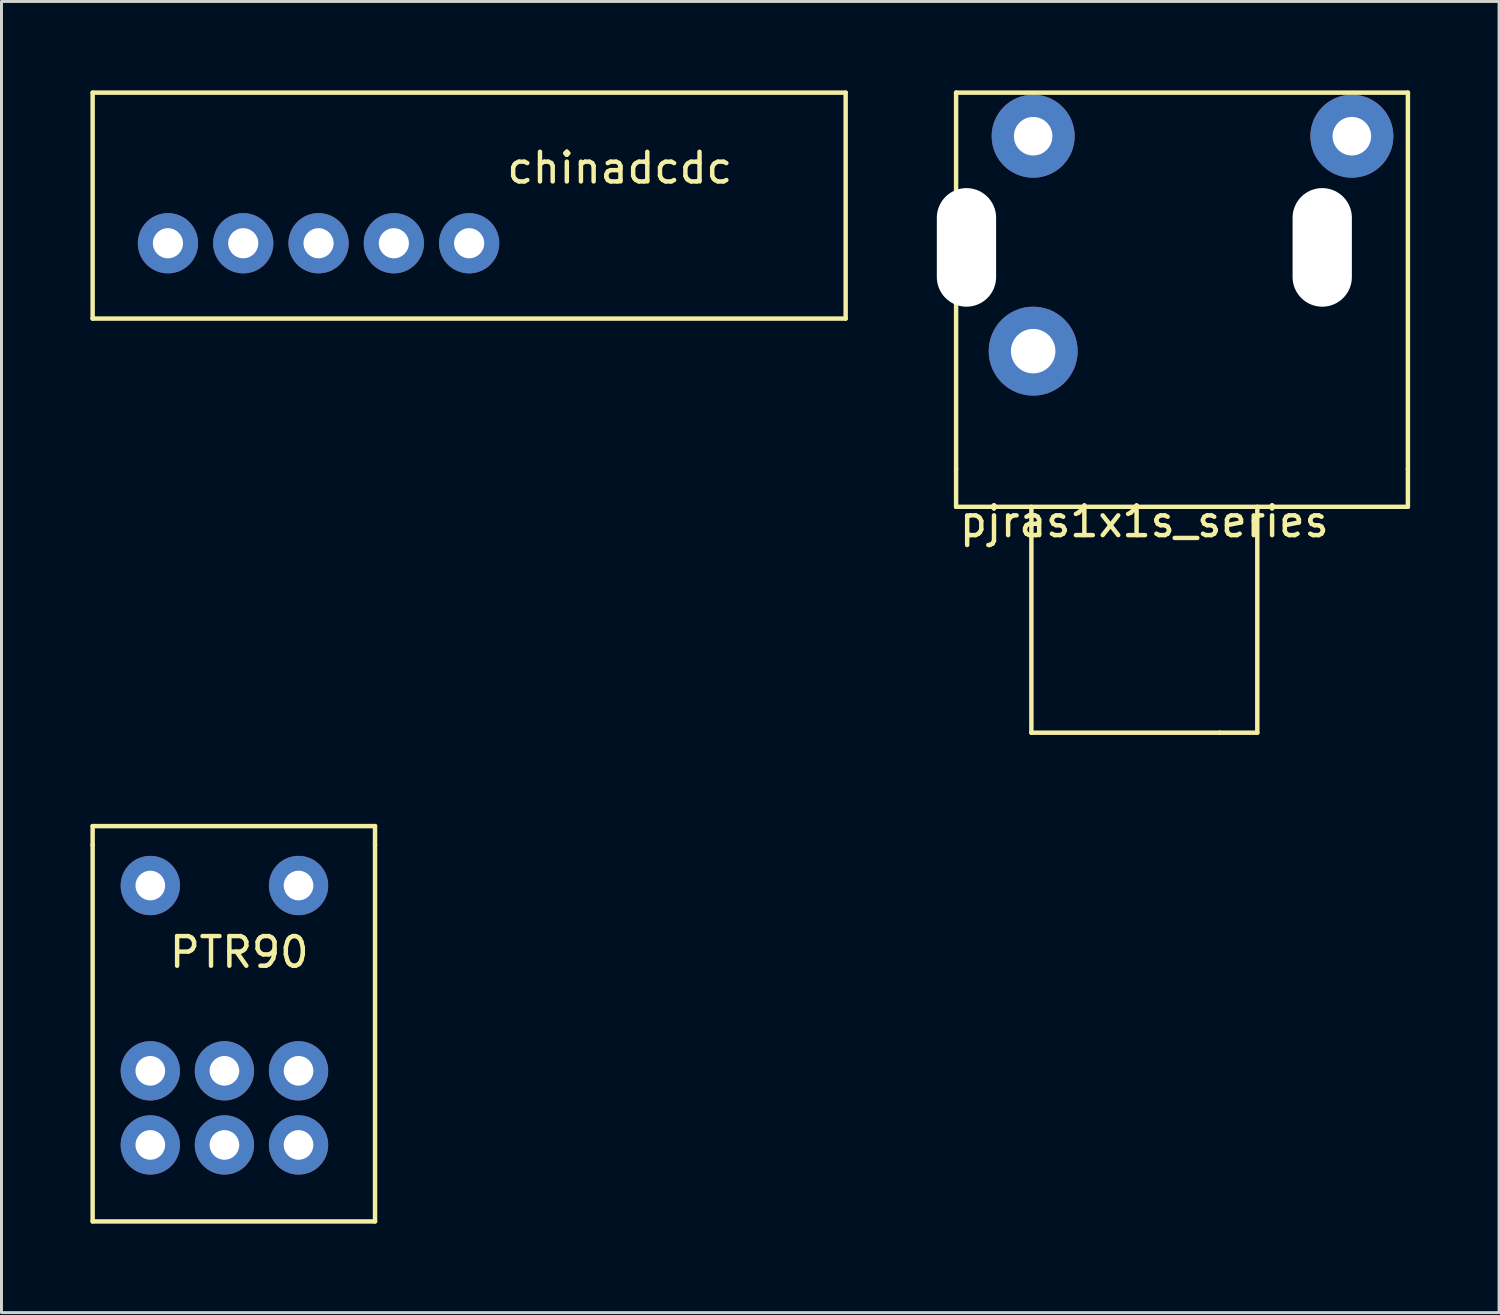
<source format=kicad_pcb>
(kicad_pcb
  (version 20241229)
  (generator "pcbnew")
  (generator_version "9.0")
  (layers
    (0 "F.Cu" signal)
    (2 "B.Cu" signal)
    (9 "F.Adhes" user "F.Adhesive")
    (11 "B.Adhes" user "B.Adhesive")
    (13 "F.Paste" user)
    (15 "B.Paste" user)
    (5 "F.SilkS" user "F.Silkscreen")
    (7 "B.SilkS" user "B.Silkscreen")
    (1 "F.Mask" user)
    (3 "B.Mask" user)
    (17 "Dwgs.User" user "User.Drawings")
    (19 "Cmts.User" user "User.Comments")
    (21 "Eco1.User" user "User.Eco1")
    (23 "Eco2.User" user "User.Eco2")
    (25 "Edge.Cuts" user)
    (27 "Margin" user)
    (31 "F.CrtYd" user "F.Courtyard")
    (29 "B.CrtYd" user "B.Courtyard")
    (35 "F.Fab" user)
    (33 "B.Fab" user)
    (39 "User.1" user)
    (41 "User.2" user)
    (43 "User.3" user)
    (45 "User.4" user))
  (footprint "chinadcdc"
    (layer "F.Cu")
    (at 10.235 5.155)
    (property "Reference" "chinadcdc" (at 7.62 -2.54 0) (layer "F.SilkS") (effects (font (size 1 1) (thickness 0.15))))
    (attr through_hole)
    (fp_line (start -10.16 -5.08) (end -10.16 2.54) (stroke (width 0.15) (type solid)) (layer "F.SilkS"))
    (fp_line (start -10.16 2.54) (end 15.24 2.54) (stroke (width 0.15) (type solid)) (layer "F.SilkS"))
    (fp_line (start 15.24 -5.08) (end -10.16 -5.08) (stroke (width 0.15) (type solid)) (layer "F.SilkS"))
    (fp_line (start 15.24 2.54) (end 15.24 -5.08) (stroke (width 0.15) (type solid)) (layer "F.SilkS"))
    (pad "1" thru_hole circle (at -7.62 0) (size 2.032 2.032) (drill 1.016) (layers "*.Cu" "*.Mask"))
    (pad "2" thru_hole circle (at -5.08 0) (size 2.032 2.032) (drill 1.016) (layers "*.Cu" "*.Mask"))
    (pad "3" thru_hole circle (at -2.54 0) (size 2.032 2.032) (drill 1.016) (layers "*.Cu" "*.Mask"))
    (pad "4" thru_hole circle (at 0 0) (size 2.032 2.032) (drill 1.016) (layers "*.Cu" "*.Mask"))
    (pad "5" thru_hole circle (at 2.54 0) (size 2.032 2.032) (drill 1.016) (layers "*.Cu" "*.Mask")))
  (footprint "pjras1x1s_series"
    (layer "F.Cu")
    (at 35.55 14.045)
    (property "Reference" "pjras1x1s_series" (at 0 0.5 0) (layer "F.SilkS") (effects (font (size 1 1) (thickness 0.15))))
    (attr through_hole)
    (fp_line (start -6.35 -13.97) (end -6.35 -1.27) (stroke (width 0.15) (type solid)) (layer "F.SilkS"))
    (fp_line (start -6.35 -13.97) (end 8.89 -13.97) (stroke (width 0.15) (type solid)) (layer "F.SilkS"))
    (fp_line (start -6.35 -1.27) (end -6.35 0) (stroke (width 0.15) (type solid)) (layer "F.SilkS"))
    (fp_line (start -6.35 0) (end 8.89 0) (stroke (width 0.15) (type solid)) (layer "F.SilkS"))
    (fp_line (start -3.81 0) (end -3.81 7.62) (stroke (width 0.15) (type solid)) (layer "F.SilkS"))
    (fp_line (start -3.81 7.62) (end 2.54 7.62) (stroke (width 0.15) (type solid)) (layer "F.SilkS"))
    (fp_line (start 3.81 0) (end 3.81 7.62) (stroke (width 0.15) (type solid)) (layer "F.SilkS"))
    (fp_line (start 3.81 7.62) (end 2.54 7.62) (stroke (width 0.15) (type solid)) (layer "F.SilkS"))
    (fp_line (start 8.89 -13.97) (end 8.89 -1.27) (stroke (width 0.15) (type solid)) (layer "F.SilkS"))
    (fp_line (start 8.89 0) (end 8.89 -1.27) (stroke (width 0.15) (type solid)) (layer "F.SilkS"))
    (pad "" np_thru_hole oval (at -6 -8.75) (size 2 4) (drill oval 2 4) (layers "*.Cu" "*.Mask"))
    (pad "" np_thru_hole oval (at 6 -8.75) (size 2 4) (drill oval 2 4) (layers "*.Cu" "*.Mask"))
    (pad "1" thru_hole circle (at -3.75 -12.5) (size 2.8 2.8) (drill 1.3) (layers "*.Cu" "*.Mask"))
    (pad "2" thru_hole circle (at -3.75 -5.25) (size 3 3) (drill 1.5) (layers "*.Cu" "*.Mask"))
    (pad "3" thru_hole circle (at 7 -12.5) (size 2.8 2.8) (drill 1.3) (layers "*.Cu" "*.Mask")))
  (footprint "PTR90"
    (layer "F.Cu")
    (at 4.52 33.07)
    (property "Reference" "PTR90" (at 0.5 -4 0) (layer "F.SilkS") (effects (font (size 1 1) (thickness 0.15))))
    (attr through_hole)
    (fp_line (start -4.445 -8.255) (end 5.08 -8.255) (stroke (width 0.15) (type solid)) (layer "F.SilkS"))
    (fp_line (start -4.445 -7.62) (end -4.445 -8.255) (stroke (width 0.15) (type solid)) (layer "F.SilkS"))
    (fp_line (start -4.445 -7.62) (end -4.445 5.08) (stroke (width 0.15) (type solid)) (layer "F.SilkS"))
    (fp_line (start 5.08 -8.255) (end 5.08 -7.62) (stroke (width 0.15) (type solid)) (layer "F.SilkS"))
    (fp_line (start 5.08 -7.62) (end 5.08 5.08) (stroke (width 0.15) (type solid)) (layer "F.SilkS"))
    (fp_line (start 5.08 5.08) (end -4.445 5.08) (stroke (width 0.15) (type solid)) (layer "F.SilkS"))
    (pad "1" thru_hole circle (at -2.5 0) (size 2 2) (drill 1) (layers "*.Cu" "*.Mask"))
    (pad "2" thru_hole circle (at 0 0) (size 2 2) (drill 1) (layers "*.Cu" "*.Mask"))
    (pad "3" thru_hole circle (at 2.5 0) (size 2 2) (drill 1) (layers "*.Cu" "*.Mask"))
    (pad "4" thru_hole circle (at -2.5 2.5) (size 2 2) (drill 1) (layers "*.Cu" "*.Mask"))
    (pad "5" thru_hole circle (at 0 2.5) (size 2 2) (drill 1) (layers "*.Cu" "*.Mask"))
    (pad "6" thru_hole circle (at 2.5 2.5) (size 2 2) (drill 1) (layers "*.Cu" "*.Mask"))
    (pad "7" thru_hole circle (at -2.5 -6.25) (size 2 2) (drill 1) (layers "*.Cu" "*.Mask"))
    (pad "8" thru_hole circle (at 2.5 -6.25) (size 2 2) (drill 1) (layers "*.Cu" "*.Mask")))
  (gr_rect
    (start -3 -3)
    (end 47.515 41.225)
    (stroke (width 0.1) (type default))
    (fill no)
    (layer "Edge.Cuts")))
</source>
